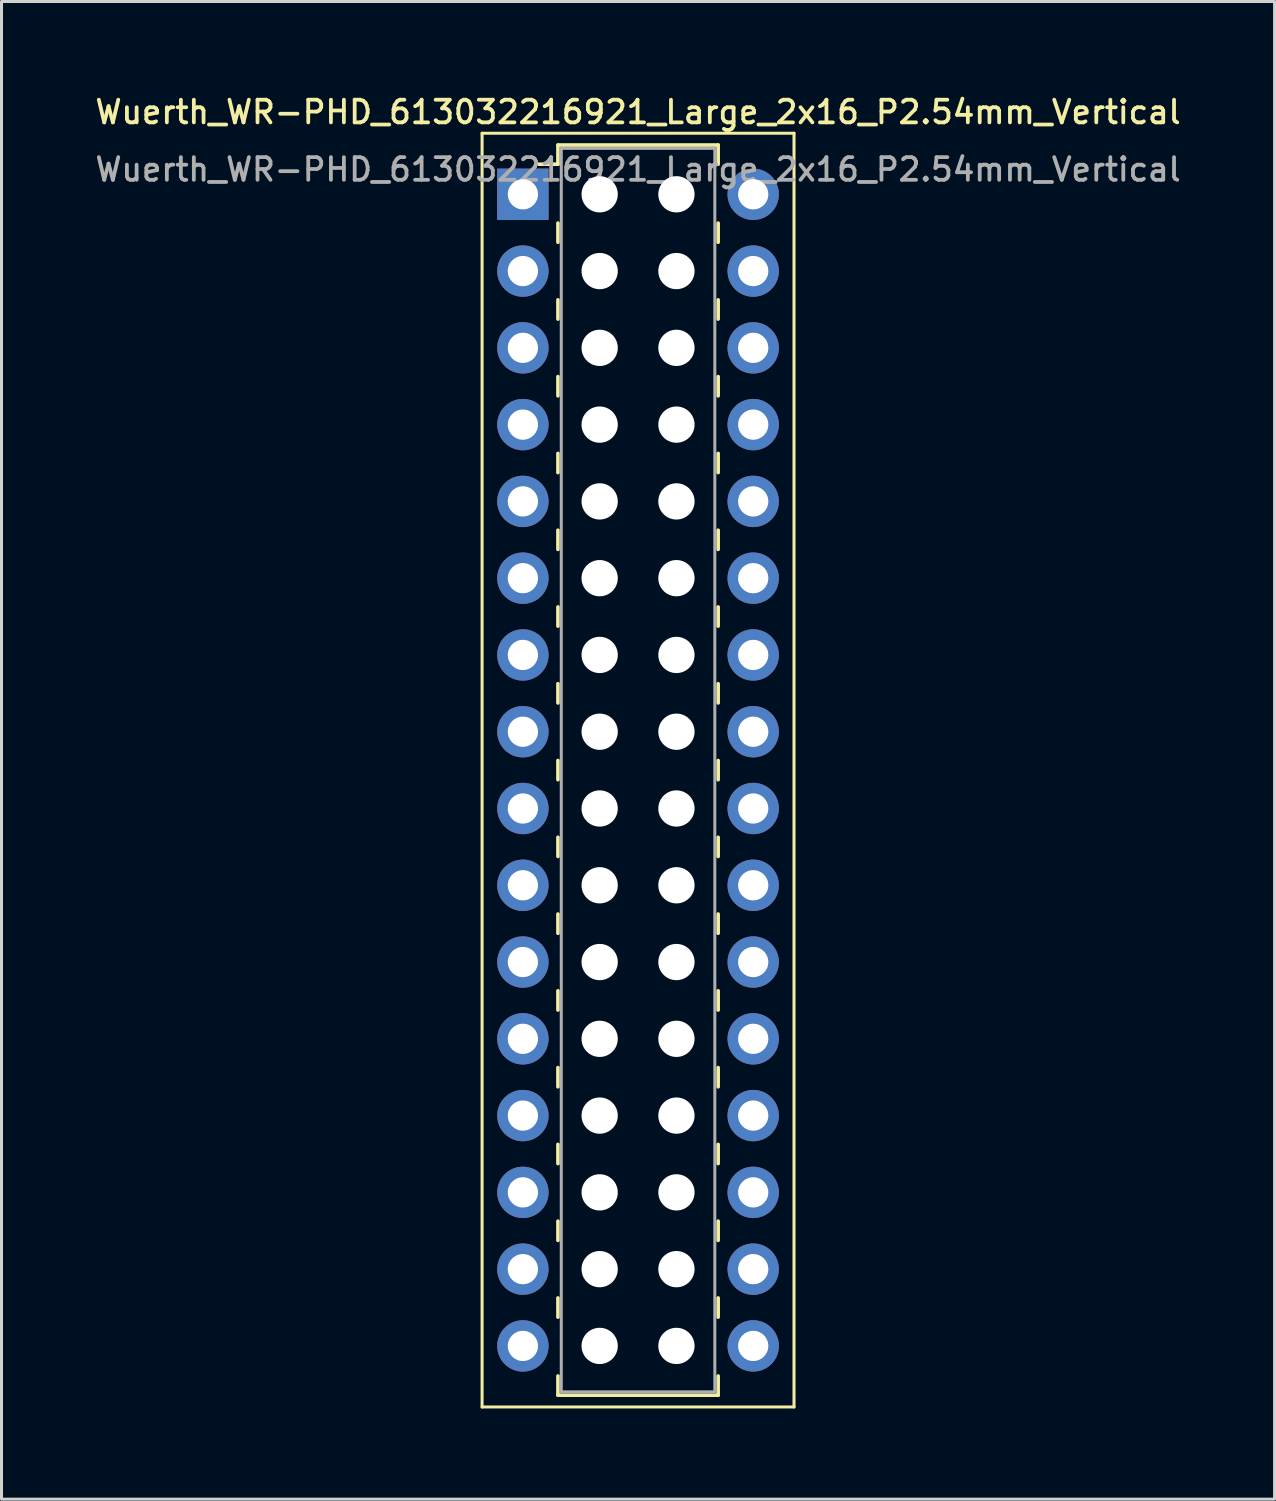
<source format=kicad_pcb>
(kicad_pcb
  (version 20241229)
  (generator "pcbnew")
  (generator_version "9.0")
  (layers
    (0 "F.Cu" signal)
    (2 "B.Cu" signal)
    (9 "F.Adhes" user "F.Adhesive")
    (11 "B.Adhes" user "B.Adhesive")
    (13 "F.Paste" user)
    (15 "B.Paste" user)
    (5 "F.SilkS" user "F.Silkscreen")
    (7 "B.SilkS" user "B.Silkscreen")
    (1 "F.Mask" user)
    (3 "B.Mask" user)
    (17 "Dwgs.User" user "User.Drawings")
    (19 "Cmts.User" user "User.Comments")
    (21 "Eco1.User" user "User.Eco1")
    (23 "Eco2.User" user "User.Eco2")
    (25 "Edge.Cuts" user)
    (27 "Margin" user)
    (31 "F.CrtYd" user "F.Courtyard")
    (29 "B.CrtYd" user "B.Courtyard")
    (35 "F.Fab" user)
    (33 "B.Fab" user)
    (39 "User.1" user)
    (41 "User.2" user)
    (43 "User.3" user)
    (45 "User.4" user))
  (footprint "Wuerth_WR-PHD_613032216921_Large_2x16_P2.54mm_Vertical"
    (layer "F.Cu")
    (at 14.249 3.378)
    (property "Reference" "Wuerth_WR-PHD_613032216921_Large_2x16_P2.54mm_Vertical" (at 3.81 -2.72 0) (layer "F.SilkS") (effects (font (size 0.75 0.75) (thickness 0.125))))
    (attr through_hole)
    (fp_line (start -1.35 -2.02) (end -1.35 40.12) (stroke (width 0.1) (type solid)) (layer "F.SilkS"))
    (fp_line (start -1.35 40.12) (end 8.97 40.12) (stroke (width 0.1) (type solid)) (layer "F.SilkS"))
    (fp_line (start 1.16 -1.63) (end 1.16 -0.995) (stroke (width 0.12) (type solid)) (layer "F.SilkS"))
    (fp_line (start 1.16 -1.63) (end 6.46 -1.63) (stroke (width 0.12) (type solid)) (layer "F.SilkS"))
    (fp_line (start 1.16 -0.995) (end 0.525 -0.995) (stroke (width 0.12) (type solid)) (layer "F.SilkS"))
    (fp_line (start 1.16 0.953) (end 1.16 1.587) (stroke (width 0.12) (type solid)) (layer "F.SilkS"))
    (fp_line (start 1.16 3.493) (end 1.16 4.128) (stroke (width 0.12) (type solid)) (layer "F.SilkS"))
    (fp_line (start 1.16 6.032) (end 1.16 6.668) (stroke (width 0.12) (type solid)) (layer "F.SilkS"))
    (fp_line (start 1.16 8.572) (end 1.16 9.207) (stroke (width 0.12) (type solid)) (layer "F.SilkS"))
    (fp_line (start 1.16 11.113) (end 1.16 11.748) (stroke (width 0.12) (type solid)) (layer "F.SilkS"))
    (fp_line (start 1.16 13.652) (end 1.16 14.287) (stroke (width 0.12) (type solid)) (layer "F.SilkS"))
    (fp_line (start 1.16 16.192) (end 1.16 16.828) (stroke (width 0.12) (type solid)) (layer "F.SilkS"))
    (fp_line (start 1.16 18.733) (end 1.16 19.367) (stroke (width 0.12) (type solid)) (layer "F.SilkS"))
    (fp_line (start 1.16 21.273) (end 1.16 21.907) (stroke (width 0.12) (type solid)) (layer "F.SilkS"))
    (fp_line (start 1.16 23.812) (end 1.16 24.448) (stroke (width 0.12) (type solid)) (layer "F.SilkS"))
    (fp_line (start 1.16 26.352) (end 1.16 26.988) (stroke (width 0.12) (type solid)) (layer "F.SilkS"))
    (fp_line (start 1.16 28.892) (end 1.16 29.527) (stroke (width 0.12) (type solid)) (layer "F.SilkS"))
    (fp_line (start 1.16 31.433) (end 1.16 32.068) (stroke (width 0.12) (type solid)) (layer "F.SilkS"))
    (fp_line (start 1.16 33.972) (end 1.16 34.608) (stroke (width 0.12) (type solid)) (layer "F.SilkS"))
    (fp_line (start 1.16 36.513) (end 1.16 37.148) (stroke (width 0.12) (type solid)) (layer "F.SilkS"))
    (fp_line (start 1.16 39.73) (end 1.16 39.095) (stroke (width 0.12) (type solid)) (layer "F.SilkS"))
    (fp_line (start 1.16 39.73) (end 6.46 39.73) (stroke (width 0.12) (type solid)) (layer "F.SilkS"))
    (fp_line (start 6.46 -1.63) (end 6.46 -0.995) (stroke (width 0.12) (type solid)) (layer "F.SilkS"))
    (fp_line (start 6.46 0.953) (end 6.46 1.587) (stroke (width 0.12) (type solid)) (layer "F.SilkS"))
    (fp_line (start 6.46 3.493) (end 6.46 4.128) (stroke (width 0.12) (type solid)) (layer "F.SilkS"))
    (fp_line (start 6.46 6.032) (end 6.46 6.668) (stroke (width 0.12) (type solid)) (layer "F.SilkS"))
    (fp_line (start 6.46 8.572) (end 6.46 9.207) (stroke (width 0.12) (type solid)) (layer "F.SilkS"))
    (fp_line (start 6.46 11.113) (end 6.46 11.748) (stroke (width 0.12) (type solid)) (layer "F.SilkS"))
    (fp_line (start 6.46 13.652) (end 6.46 14.287) (stroke (width 0.12) (type solid)) (layer "F.SilkS"))
    (fp_line (start 6.46 16.192) (end 6.46 16.828) (stroke (width 0.12) (type solid)) (layer "F.SilkS"))
    (fp_line (start 6.46 18.733) (end 6.46 19.367) (stroke (width 0.12) (type solid)) (layer "F.SilkS"))
    (fp_line (start 6.46 21.273) (end 6.46 21.907) (stroke (width 0.12) (type solid)) (layer "F.SilkS"))
    (fp_line (start 6.46 23.812) (end 6.46 24.448) (stroke (width 0.12) (type solid)) (layer "F.SilkS"))
    (fp_line (start 6.46 26.352) (end 6.46 26.988) (stroke (width 0.12) (type solid)) (layer "F.SilkS"))
    (fp_line (start 6.46 28.892) (end 6.46 29.527) (stroke (width 0.12) (type solid)) (layer "F.SilkS"))
    (fp_line (start 6.46 31.433) (end 6.46 32.068) (stroke (width 0.12) (type solid)) (layer "F.SilkS"))
    (fp_line (start 6.46 33.972) (end 6.46 34.608) (stroke (width 0.12) (type solid)) (layer "F.SilkS"))
    (fp_line (start 6.46 36.513) (end 6.46 37.148) (stroke (width 0.12) (type solid)) (layer "F.SilkS"))
    (fp_line (start 6.46 39.73) (end 6.46 39.095) (stroke (width 0.12) (type solid)) (layer "F.SilkS"))
    (fp_line (start 8.97 -2.02) (end -1.35 -2.02) (stroke (width 0.1) (type solid)) (layer "F.SilkS"))
    (fp_line (start 8.97 40.12) (end 8.97 -2.02) (stroke (width 0.1) (type solid)) (layer "F.SilkS"))
    (fp_line (start 1.27 -1.52) (end 1.27 39.62) (stroke (width 0.1) (type solid)) (layer "F.Fab"))
    (fp_line (start 1.27 39.62) (end 6.35 39.62) (stroke (width 0.1) (type solid)) (layer "F.Fab"))
    (fp_line (start 6.35 -1.52) (end 1.27 -1.52) (stroke (width 0.1) (type solid)) (layer "F.Fab"))
    (fp_line (start 6.35 39.62) (end 6.35 -1.52) (stroke (width 0.1) (type solid)) (layer "F.Fab"))
    (fp_text user "${REFERENCE}" (at 3.81 -0.82 0) (layer "F.Fab") (effects (font (size 0.75 0.75) (thickness 0.125))))
    (pad "" np_thru_hole circle (at 2.54 0) (size 1.2 1.2) (drill 1.2) (layers "*.Cu" "*.Mask"))
    (pad "" np_thru_hole circle (at 2.54 2.54) (size 1.2 1.2) (drill 1.2) (layers "*.Cu" "*.Mask"))
    (pad "" np_thru_hole circle (at 2.54 5.08) (size 1.2 1.2) (drill 1.2) (layers "*.Cu" "*.Mask"))
    (pad "" np_thru_hole circle (at 2.54 7.62) (size 1.2 1.2) (drill 1.2) (layers "*.Cu" "*.Mask"))
    (pad "" np_thru_hole circle (at 2.54 10.16) (size 1.2 1.2) (drill 1.2) (layers "*.Cu" "*.Mask"))
    (pad "" np_thru_hole circle (at 2.54 12.7) (size 1.2 1.2) (drill 1.2) (layers "*.Cu" "*.Mask"))
    (pad "" np_thru_hole circle (at 2.54 15.24) (size 1.2 1.2) (drill 1.2) (layers "*.Cu" "*.Mask"))
    (pad "" np_thru_hole circle (at 2.54 17.78) (size 1.2 1.2) (drill 1.2) (layers "*.Cu" "*.Mask"))
    (pad "" np_thru_hole circle (at 2.54 20.32) (size 1.2 1.2) (drill 1.2) (layers "*.Cu" "*.Mask"))
    (pad "" np_thru_hole circle (at 2.54 22.86) (size 1.2 1.2) (drill 1.2) (layers "*.Cu" "*.Mask"))
    (pad "" np_thru_hole circle (at 2.54 25.4) (size 1.2 1.2) (drill 1.2) (layers "*.Cu" "*.Mask"))
    (pad "" np_thru_hole circle (at 2.54 27.94) (size 1.2 1.2) (drill 1.2) (layers "*.Cu" "*.Mask"))
    (pad "" np_thru_hole circle (at 2.54 30.48) (size 1.2 1.2) (drill 1.2) (layers "*.Cu" "*.Mask"))
    (pad "" np_thru_hole circle (at 2.54 33.02) (size 1.2 1.2) (drill 1.2) (layers "*.Cu" "*.Mask"))
    (pad "" np_thru_hole circle (at 2.54 35.56) (size 1.2 1.2) (drill 1.2) (layers "*.Cu" "*.Mask"))
    (pad "" np_thru_hole circle (at 2.54 38.1) (size 1.2 1.2) (drill 1.2) (layers "*.Cu" "*.Mask"))
    (pad "" np_thru_hole circle (at 5.08 0) (size 1.2 1.2) (drill 1.2) (layers "*.Cu" "*.Mask"))
    (pad "" np_thru_hole circle (at 5.08 2.54) (size 1.2 1.2) (drill 1.2) (layers "*.Cu" "*.Mask"))
    (pad "" np_thru_hole circle (at 5.08 5.08) (size 1.2 1.2) (drill 1.2) (layers "*.Cu" "*.Mask"))
    (pad "" np_thru_hole circle (at 5.08 7.62) (size 1.2 1.2) (drill 1.2) (layers "*.Cu" "*.Mask"))
    (pad "" np_thru_hole circle (at 5.08 10.16) (size 1.2 1.2) (drill 1.2) (layers "*.Cu" "*.Mask"))
    (pad "" np_thru_hole circle (at 5.08 12.7) (size 1.2 1.2) (drill 1.2) (layers "*.Cu" "*.Mask"))
    (pad "" np_thru_hole circle (at 5.08 15.24) (size 1.2 1.2) (drill 1.2) (layers "*.Cu" "*.Mask"))
    (pad "" np_thru_hole circle (at 5.08 17.78) (size 1.2 1.2) (drill 1.2) (layers "*.Cu" "*.Mask"))
    (pad "" np_thru_hole circle (at 5.08 20.32) (size 1.2 1.2) (drill 1.2) (layers "*.Cu" "*.Mask"))
    (pad "" np_thru_hole circle (at 5.08 22.86) (size 1.2 1.2) (drill 1.2) (layers "*.Cu" "*.Mask"))
    (pad "" np_thru_hole circle (at 5.08 25.4) (size 1.2 1.2) (drill 1.2) (layers "*.Cu" "*.Mask"))
    (pad "" np_thru_hole circle (at 5.08 27.94) (size 1.2 1.2) (drill 1.2) (layers "*.Cu" "*.Mask"))
    (pad "" np_thru_hole circle (at 5.08 30.48) (size 1.2 1.2) (drill 1.2) (layers "*.Cu" "*.Mask"))
    (pad "" np_thru_hole circle (at 5.08 33.02) (size 1.2 1.2) (drill 1.2) (layers "*.Cu" "*.Mask"))
    (pad "" np_thru_hole circle (at 5.08 35.56) (size 1.2 1.2) (drill 1.2) (layers "*.Cu" "*.Mask"))
    (pad "" np_thru_hole circle (at 5.08 38.1) (size 1.2 1.2) (drill 1.2) (layers "*.Cu" "*.Mask"))
    (pad "1" thru_hole rect (at 0 0) (size 1.7 1.7) (drill 1) (layers "*.Cu" "*.Mask"))
    (pad "2" thru_hole circle (at 7.62 0) (size 1.7 1.7) (drill 1) (layers "*.Cu" "*.Mask"))
    (pad "3" thru_hole circle (at 0 2.54) (size 1.7 1.7) (drill 1) (layers "*.Cu" "*.Mask"))
    (pad "4" thru_hole circle (at 7.62 2.54) (size 1.7 1.7) (drill 1) (layers "*.Cu" "*.Mask"))
    (pad "5" thru_hole circle (at 0 5.08) (size 1.7 1.7) (drill 1) (layers "*.Cu" "*.Mask"))
    (pad "6" thru_hole circle (at 7.62 5.08) (size 1.7 1.7) (drill 1) (layers "*.Cu" "*.Mask"))
    (pad "7" thru_hole circle (at 0 7.62) (size 1.7 1.7) (drill 1) (layers "*.Cu" "*.Mask"))
    (pad "8" thru_hole circle (at 7.62 7.62) (size 1.7 1.7) (drill 1) (layers "*.Cu" "*.Mask"))
    (pad "9" thru_hole circle (at 0 10.16) (size 1.7 1.7) (drill 1) (layers "*.Cu" "*.Mask"))
    (pad "10" thru_hole circle (at 7.62 10.16) (size 1.7 1.7) (drill 1) (layers "*.Cu" "*.Mask"))
    (pad "11" thru_hole circle (at 0 12.7) (size 1.7 1.7) (drill 1) (layers "*.Cu" "*.Mask"))
    (pad "12" thru_hole circle (at 7.62 12.7) (size 1.7 1.7) (drill 1) (layers "*.Cu" "*.Mask"))
    (pad "13" thru_hole circle (at 0 15.24) (size 1.7 1.7) (drill 1) (layers "*.Cu" "*.Mask"))
    (pad "14" thru_hole circle (at 7.62 15.24) (size 1.7 1.7) (drill 1) (layers "*.Cu" "*.Mask"))
    (pad "15" thru_hole circle (at 0 17.78) (size 1.7 1.7) (drill 1) (layers "*.Cu" "*.Mask"))
    (pad "16" thru_hole circle (at 7.62 17.78) (size 1.7 1.7) (drill 1) (layers "*.Cu" "*.Mask"))
    (pad "17" thru_hole circle (at 0 20.32) (size 1.7 1.7) (drill 1) (layers "*.Cu" "*.Mask"))
    (pad "18" thru_hole circle (at 7.62 20.32) (size 1.7 1.7) (drill 1) (layers "*.Cu" "*.Mask"))
    (pad "19" thru_hole circle (at 0 22.86) (size 1.7 1.7) (drill 1) (layers "*.Cu" "*.Mask"))
    (pad "20" thru_hole circle (at 7.62 22.86) (size 1.7 1.7) (drill 1) (layers "*.Cu" "*.Mask"))
    (pad "21" thru_hole circle (at 0 25.4) (size 1.7 1.7) (drill 1) (layers "*.Cu" "*.Mask"))
    (pad "22" thru_hole circle (at 7.62 25.4) (size 1.7 1.7) (drill 1) (layers "*.Cu" "*.Mask"))
    (pad "23" thru_hole circle (at 0 27.94) (size 1.7 1.7) (drill 1) (layers "*.Cu" "*.Mask"))
    (pad "24" thru_hole circle (at 7.62 27.94) (size 1.7 1.7) (drill 1) (layers "*.Cu" "*.Mask"))
    (pad "25" thru_hole circle (at 0 30.48) (size 1.7 1.7) (drill 1) (layers "*.Cu" "*.Mask"))
    (pad "26" thru_hole circle (at 7.62 30.48) (size 1.7 1.7) (drill 1) (layers "*.Cu" "*.Mask"))
    (pad "27" thru_hole circle (at 0 33.02) (size 1.7 1.7) (drill 1) (layers "*.Cu" "*.Mask"))
    (pad "28" thru_hole circle (at 7.62 33.02) (size 1.7 1.7) (drill 1) (layers "*.Cu" "*.Mask"))
    (pad "29" thru_hole circle (at 0 35.56) (size 1.7 1.7) (drill 1) (layers "*.Cu" "*.Mask"))
    (pad "30" thru_hole circle (at 7.62 35.56) (size 1.7 1.7) (drill 1) (layers "*.Cu" "*.Mask"))
    (pad "31" thru_hole circle (at 0 38.1) (size 1.7 1.7) (drill 1) (layers "*.Cu" "*.Mask"))
    (pad "32" thru_hole circle (at 7.62 38.1) (size 1.7 1.7) (drill 1) (layers "*.Cu" "*.Mask")))
  (gr_rect
    (start -3 -3)
    (end 39.118 46.548)
    (stroke (width 0.1) (type default))
    (fill no)
    (layer "Edge.Cuts")))
</source>
